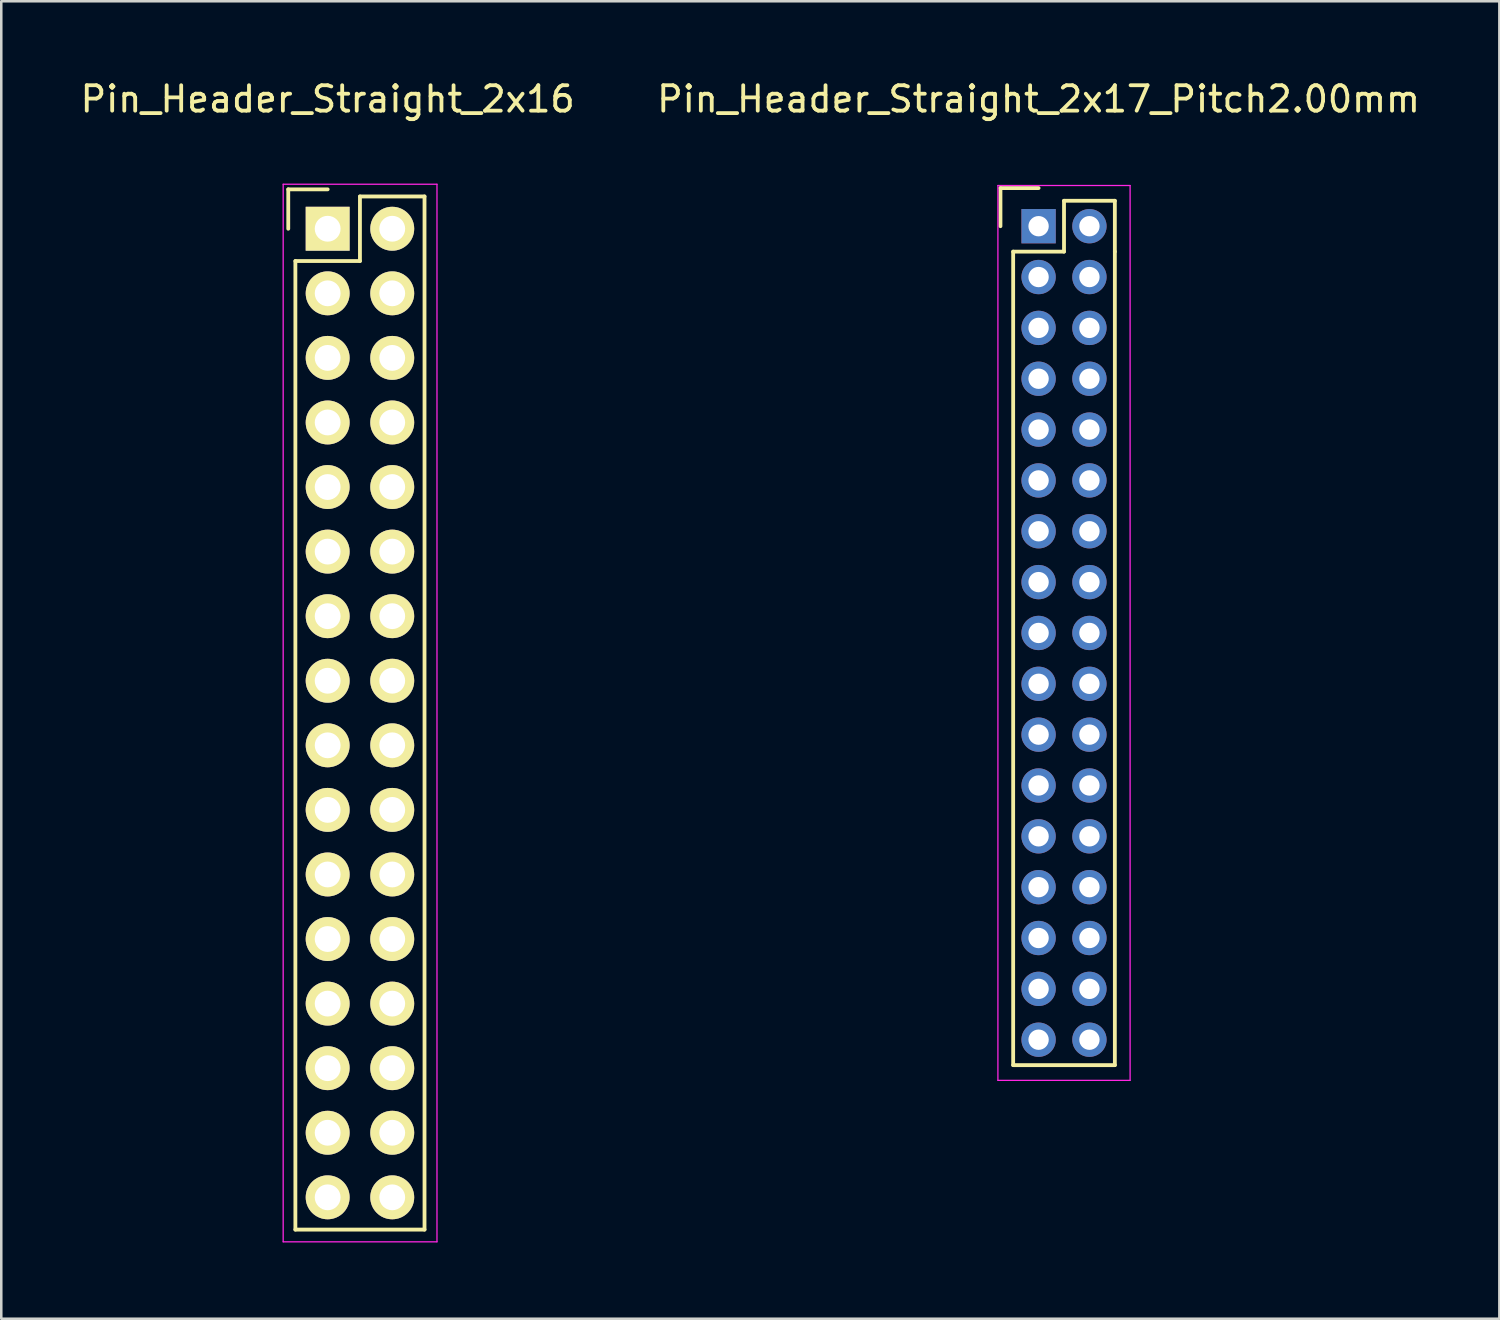
<source format=kicad_pcb>
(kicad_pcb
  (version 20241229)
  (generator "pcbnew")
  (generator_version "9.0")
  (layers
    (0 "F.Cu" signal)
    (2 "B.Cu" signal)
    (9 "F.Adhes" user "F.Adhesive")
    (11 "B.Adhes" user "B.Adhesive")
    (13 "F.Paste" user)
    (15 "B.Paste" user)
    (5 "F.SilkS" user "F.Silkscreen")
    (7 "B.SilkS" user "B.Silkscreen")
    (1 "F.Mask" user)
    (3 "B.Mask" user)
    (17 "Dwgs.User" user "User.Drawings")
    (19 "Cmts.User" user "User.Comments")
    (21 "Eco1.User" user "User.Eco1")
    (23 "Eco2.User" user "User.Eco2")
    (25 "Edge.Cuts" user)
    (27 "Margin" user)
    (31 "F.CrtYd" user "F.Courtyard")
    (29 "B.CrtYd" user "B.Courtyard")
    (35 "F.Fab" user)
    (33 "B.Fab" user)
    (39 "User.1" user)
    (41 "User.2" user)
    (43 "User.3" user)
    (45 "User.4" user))
  (footprint "Pin_Header_Straight_2x16"
    (layer "F.Cu")
    (at 9.839 5.948)
    (property "Reference" "Pin_Header_Straight_2x16" (at 0 -5.1 0) (layer "F.SilkS") (effects (font (size 1 1) (thickness 0.15))))
    (attr through_hole)
    (fp_line (start -1.55 -1.55) (end -1.55 0) (stroke (width 0.15) (type solid)) (layer "F.SilkS"))
    (fp_line (start -1.27 1.27) (end -1.27 39.37) (stroke (width 0.15) (type solid)) (layer "F.SilkS"))
    (fp_line (start 0 -1.55) (end -1.55 -1.55) (stroke (width 0.15) (type solid)) (layer "F.SilkS"))
    (fp_line (start 1.27 -1.27) (end 1.27 1.27) (stroke (width 0.15) (type solid)) (layer "F.SilkS"))
    (fp_line (start 1.27 1.27) (end -1.27 1.27) (stroke (width 0.15) (type solid)) (layer "F.SilkS"))
    (fp_line (start 3.81 -1.27) (end 1.27 -1.27) (stroke (width 0.15) (type solid)) (layer "F.SilkS"))
    (fp_line (start 3.81 39.37) (end -1.27 39.37) (stroke (width 0.15) (type solid)) (layer "F.SilkS"))
    (fp_line (start 3.81 39.37) (end 3.81 -1.27) (stroke (width 0.15) (type solid)) (layer "F.SilkS"))
    (fp_line (start -1.75 -1.75) (end -1.75 39.85) (stroke (width 0.05) (type solid)) (layer "F.CrtYd"))
    (fp_line (start -1.75 -1.75) (end 4.3 -1.75) (stroke (width 0.05) (type solid)) (layer "F.CrtYd"))
    (fp_line (start -1.75 39.85) (end 4.3 39.85) (stroke (width 0.05) (type solid)) (layer "F.CrtYd"))
    (fp_line (start 4.3 -1.75) (end 4.3 39.85) (stroke (width 0.05) (type solid)) (layer "F.CrtYd"))
    (pad "1" thru_hole rect (at 0 0) (size 1.727 1.727) (drill 1.016) (layers "*.Cu" "*.Mask" "F.SilkS"))
    (pad "2" thru_hole oval (at 2.54 0) (size 1.727 1.727) (drill 1.016) (layers "*.Cu" "*.Mask" "F.SilkS"))
    (pad "3" thru_hole oval (at 0 2.54) (size 1.727 1.727) (drill 1.016) (layers "*.Cu" "*.Mask" "F.SilkS"))
    (pad "4" thru_hole oval (at 2.54 2.54) (size 1.727 1.727) (drill 1.016) (layers "*.Cu" "*.Mask" "F.SilkS"))
    (pad "5" thru_hole oval (at 0 5.08) (size 1.727 1.727) (drill 1.016) (layers "*.Cu" "*.Mask" "F.SilkS"))
    (pad "6" thru_hole oval (at 2.54 5.08) (size 1.727 1.727) (drill 1.016) (layers "*.Cu" "*.Mask" "F.SilkS"))
    (pad "7" thru_hole oval (at 0 7.62) (size 1.727 1.727) (drill 1.016) (layers "*.Cu" "*.Mask" "F.SilkS"))
    (pad "8" thru_hole oval (at 2.54 7.62) (size 1.727 1.727) (drill 1.016) (layers "*.Cu" "*.Mask" "F.SilkS"))
    (pad "9" thru_hole oval (at 0 10.16) (size 1.727 1.727) (drill 1.016) (layers "*.Cu" "*.Mask" "F.SilkS"))
    (pad "10" thru_hole oval (at 2.54 10.16) (size 1.727 1.727) (drill 1.016) (layers "*.Cu" "*.Mask" "F.SilkS"))
    (pad "11" thru_hole oval (at 0 12.7) (size 1.727 1.727) (drill 1.016) (layers "*.Cu" "*.Mask" "F.SilkS"))
    (pad "12" thru_hole oval (at 2.54 12.7) (size 1.727 1.727) (drill 1.016) (layers "*.Cu" "*.Mask" "F.SilkS"))
    (pad "13" thru_hole oval (at 0 15.24) (size 1.727 1.727) (drill 1.016) (layers "*.Cu" "*.Mask" "F.SilkS"))
    (pad "14" thru_hole oval (at 2.54 15.24) (size 1.727 1.727) (drill 1.016) (layers "*.Cu" "*.Mask" "F.SilkS"))
    (pad "15" thru_hole oval (at 0 17.78) (size 1.727 1.727) (drill 1.016) (layers "*.Cu" "*.Mask" "F.SilkS"))
    (pad "16" thru_hole oval (at 2.54 17.78) (size 1.727 1.727) (drill 1.016) (layers "*.Cu" "*.Mask" "F.SilkS"))
    (pad "17" thru_hole oval (at 0 20.32) (size 1.727 1.727) (drill 1.016) (layers "*.Cu" "*.Mask" "F.SilkS"))
    (pad "18" thru_hole oval (at 2.54 20.32) (size 1.727 1.727) (drill 1.016) (layers "*.Cu" "*.Mask" "F.SilkS"))
    (pad "19" thru_hole oval (at 0 22.86) (size 1.727 1.727) (drill 1.016) (layers "*.Cu" "*.Mask" "F.SilkS"))
    (pad "20" thru_hole oval (at 2.54 22.86) (size 1.727 1.727) (drill 1.016) (layers "*.Cu" "*.Mask" "F.SilkS"))
    (pad "21" thru_hole oval (at 0 25.4) (size 1.727 1.727) (drill 1.016) (layers "*.Cu" "*.Mask" "F.SilkS"))
    (pad "22" thru_hole oval (at 2.54 25.4) (size 1.727 1.727) (drill 1.016) (layers "*.Cu" "*.Mask" "F.SilkS"))
    (pad "23" thru_hole oval (at 0 27.94) (size 1.727 1.727) (drill 1.016) (layers "*.Cu" "*.Mask" "F.SilkS"))
    (pad "24" thru_hole oval (at 2.54 27.94) (size 1.727 1.727) (drill 1.016) (layers "*.Cu" "*.Mask" "F.SilkS"))
    (pad "25" thru_hole oval (at 0 30.48) (size 1.727 1.727) (drill 1.016) (layers "*.Cu" "*.Mask" "F.SilkS"))
    (pad "26" thru_hole oval (at 2.54 30.48) (size 1.727 1.727) (drill 1.016) (layers "*.Cu" "*.Mask" "F.SilkS"))
    (pad "27" thru_hole oval (at 0 33.02) (size 1.727 1.727) (drill 1.016) (layers "*.Cu" "*.Mask" "F.SilkS"))
    (pad "28" thru_hole oval (at 2.54 33.02) (size 1.727 1.727) (drill 1.016) (layers "*.Cu" "*.Mask" "F.SilkS"))
    (pad "29" thru_hole oval (at 0 35.56) (size 1.727 1.727) (drill 1.016) (layers "*.Cu" "*.Mask" "F.SilkS"))
    (pad "30" thru_hole oval (at 2.54 35.56) (size 1.727 1.727) (drill 1.016) (layers "*.Cu" "*.Mask" "F.SilkS"))
    (pad "31" thru_hole oval (at 0 38.1) (size 1.727 1.727) (drill 1.016) (layers "*.Cu" "*.Mask" "F.SilkS"))
    (pad "32" thru_hole oval (at 2.54 38.1) (size 1.727 1.727) (drill 1.016) (layers "*.Cu" "*.Mask" "F.SilkS")))
  (footprint "Pin_Header_Straight_2x17_Pitch2.00mm"
    (layer "F.Cu")
    (at 37.804 5.848)
    (property "Reference" "Pin_Header_Straight_2x17_Pitch2.00mm" (at 0 -5 0) (layer "F.SilkS") (effects (font (size 1 1) (thickness 0.15))))
    (attr through_hole)
    (fp_line (start -1.5 -1.5) (end 0 -1.5) (stroke (width 0.15) (type solid)) (layer "F.SilkS"))
    (fp_line (start -1.5 0) (end -1.5 -1.5) (stroke (width 0.15) (type solid)) (layer "F.SilkS"))
    (fp_line (start -1 1) (end 1 1) (stroke (width 0.15) (type solid)) (layer "F.SilkS"))
    (fp_line (start -1 33) (end -1 1) (stroke (width 0.15) (type solid)) (layer "F.SilkS"))
    (fp_line (start 1 -1) (end 3 -1) (stroke (width 0.15) (type solid)) (layer "F.SilkS"))
    (fp_line (start 1 1) (end 1 -1) (stroke (width 0.15) (type solid)) (layer "F.SilkS"))
    (fp_line (start 3 -1) (end 3 1) (stroke (width 0.15) (type solid)) (layer "F.SilkS"))
    (fp_line (start 3 1) (end 3 33) (stroke (width 0.15) (type solid)) (layer "F.SilkS"))
    (fp_line (start 3 33) (end -1 33) (stroke (width 0.15) (type solid)) (layer "F.SilkS"))
    (fp_line (start -1.6 -1.6) (end 3.6 -1.6) (stroke (width 0.05) (type solid)) (layer "F.CrtYd"))
    (fp_line (start -1.6 33.6) (end -1.6 -1.6) (stroke (width 0.05) (type solid)) (layer "F.CrtYd"))
    (fp_line (start 3.6 -1.6) (end 3.6 33.6) (stroke (width 0.05) (type solid)) (layer "F.CrtYd"))
    (fp_line (start 3.6 33.6) (end -1.6 33.6) (stroke (width 0.05) (type solid)) (layer "F.CrtYd"))
    (pad "1" thru_hole rect (at 0 0) (size 1.35 1.35) (drill 0.8) (layers "*.Cu" "*.Mask"))
    (pad "2" thru_hole circle (at 2 0) (size 1.35 1.35) (drill 0.8) (layers "*.Cu" "*.Mask"))
    (pad "3" thru_hole circle (at 0 2) (size 1.35 1.35) (drill 0.8) (layers "*.Cu" "*.Mask"))
    (pad "4" thru_hole circle (at 2 2) (size 1.35 1.35) (drill 0.8) (layers "*.Cu" "*.Mask"))
    (pad "5" thru_hole circle (at 0 4) (size 1.35 1.35) (drill 0.8) (layers "*.Cu" "*.Mask"))
    (pad "6" thru_hole circle (at 2 4) (size 1.35 1.35) (drill 0.8) (layers "*.Cu" "*.Mask"))
    (pad "7" thru_hole circle (at 0 6) (size 1.35 1.35) (drill 0.8) (layers "*.Cu" "*.Mask"))
    (pad "8" thru_hole circle (at 2 6) (size 1.35 1.35) (drill 0.8) (layers "*.Cu" "*.Mask"))
    (pad "9" thru_hole circle (at 0 8) (size 1.35 1.35) (drill 0.8) (layers "*.Cu" "*.Mask"))
    (pad "10" thru_hole circle (at 2 8) (size 1.35 1.35) (drill 0.8) (layers "*.Cu" "*.Mask"))
    (pad "11" thru_hole circle (at 0 10) (size 1.35 1.35) (drill 0.8) (layers "*.Cu" "*.Mask"))
    (pad "12" thru_hole circle (at 2 10) (size 1.35 1.35) (drill 0.8) (layers "*.Cu" "*.Mask"))
    (pad "13" thru_hole circle (at 0 12) (size 1.35 1.35) (drill 0.8) (layers "*.Cu" "*.Mask"))
    (pad "14" thru_hole circle (at 2 12) (size 1.35 1.35) (drill 0.8) (layers "*.Cu" "*.Mask"))
    (pad "15" thru_hole circle (at 0 14) (size 1.35 1.35) (drill 0.8) (layers "*.Cu" "*.Mask"))
    (pad "16" thru_hole circle (at 2 14) (size 1.35 1.35) (drill 0.8) (layers "*.Cu" "*.Mask"))
    (pad "17" thru_hole circle (at 0 16) (size 1.35 1.35) (drill 0.8) (layers "*.Cu" "*.Mask"))
    (pad "18" thru_hole circle (at 2 16) (size 1.35 1.35) (drill 0.8) (layers "*.Cu" "*.Mask"))
    (pad "19" thru_hole circle (at 0 18) (size 1.35 1.35) (drill 0.8) (layers "*.Cu" "*.Mask"))
    (pad "20" thru_hole circle (at 2 18) (size 1.35 1.35) (drill 0.8) (layers "*.Cu" "*.Mask"))
    (pad "21" thru_hole circle (at 0 20) (size 1.35 1.35) (drill 0.8) (layers "*.Cu" "*.Mask"))
    (pad "22" thru_hole circle (at 2 20) (size 1.35 1.35) (drill 0.8) (layers "*.Cu" "*.Mask"))
    (pad "23" thru_hole circle (at 0 22) (size 1.35 1.35) (drill 0.8) (layers "*.Cu" "*.Mask"))
    (pad "24" thru_hole circle (at 2 22) (size 1.35 1.35) (drill 0.8) (layers "*.Cu" "*.Mask"))
    (pad "25" thru_hole circle (at 0 24) (size 1.35 1.35) (drill 0.8) (layers "*.Cu" "*.Mask"))
    (pad "26" thru_hole circle (at 2 24) (size 1.35 1.35) (drill 0.8) (layers "*.Cu" "*.Mask"))
    (pad "27" thru_hole circle (at 0 26) (size 1.35 1.35) (drill 0.8) (layers "*.Cu" "*.Mask"))
    (pad "28" thru_hole circle (at 2 26) (size 1.35 1.35) (drill 0.8) (layers "*.Cu" "*.Mask"))
    (pad "29" thru_hole circle (at 0 28) (size 1.35 1.35) (drill 0.8) (layers "*.Cu" "*.Mask"))
    (pad "30" thru_hole circle (at 2 28) (size 1.35 1.35) (drill 0.8) (layers "*.Cu" "*.Mask"))
    (pad "31" thru_hole circle (at 0 30) (size 1.35 1.35) (drill 0.8) (layers "*.Cu" "*.Mask"))
    (pad "32" thru_hole circle (at 2 30) (size 1.35 1.35) (drill 0.8) (layers "*.Cu" "*.Mask"))
    (pad "33" thru_hole circle (at 0 32) (size 1.35 1.35) (drill 0.8) (layers "*.Cu" "*.Mask"))
    (pad "34" thru_hole circle (at 2 32) (size 1.35 1.35) (drill 0.8) (layers "*.Cu" "*.Mask")))
  (gr_rect
    (start -3 -3)
    (end 55.929 48.823)
    (stroke (width 0.1) (type default))
    (fill no)
    (layer "Edge.Cuts")))
</source>
